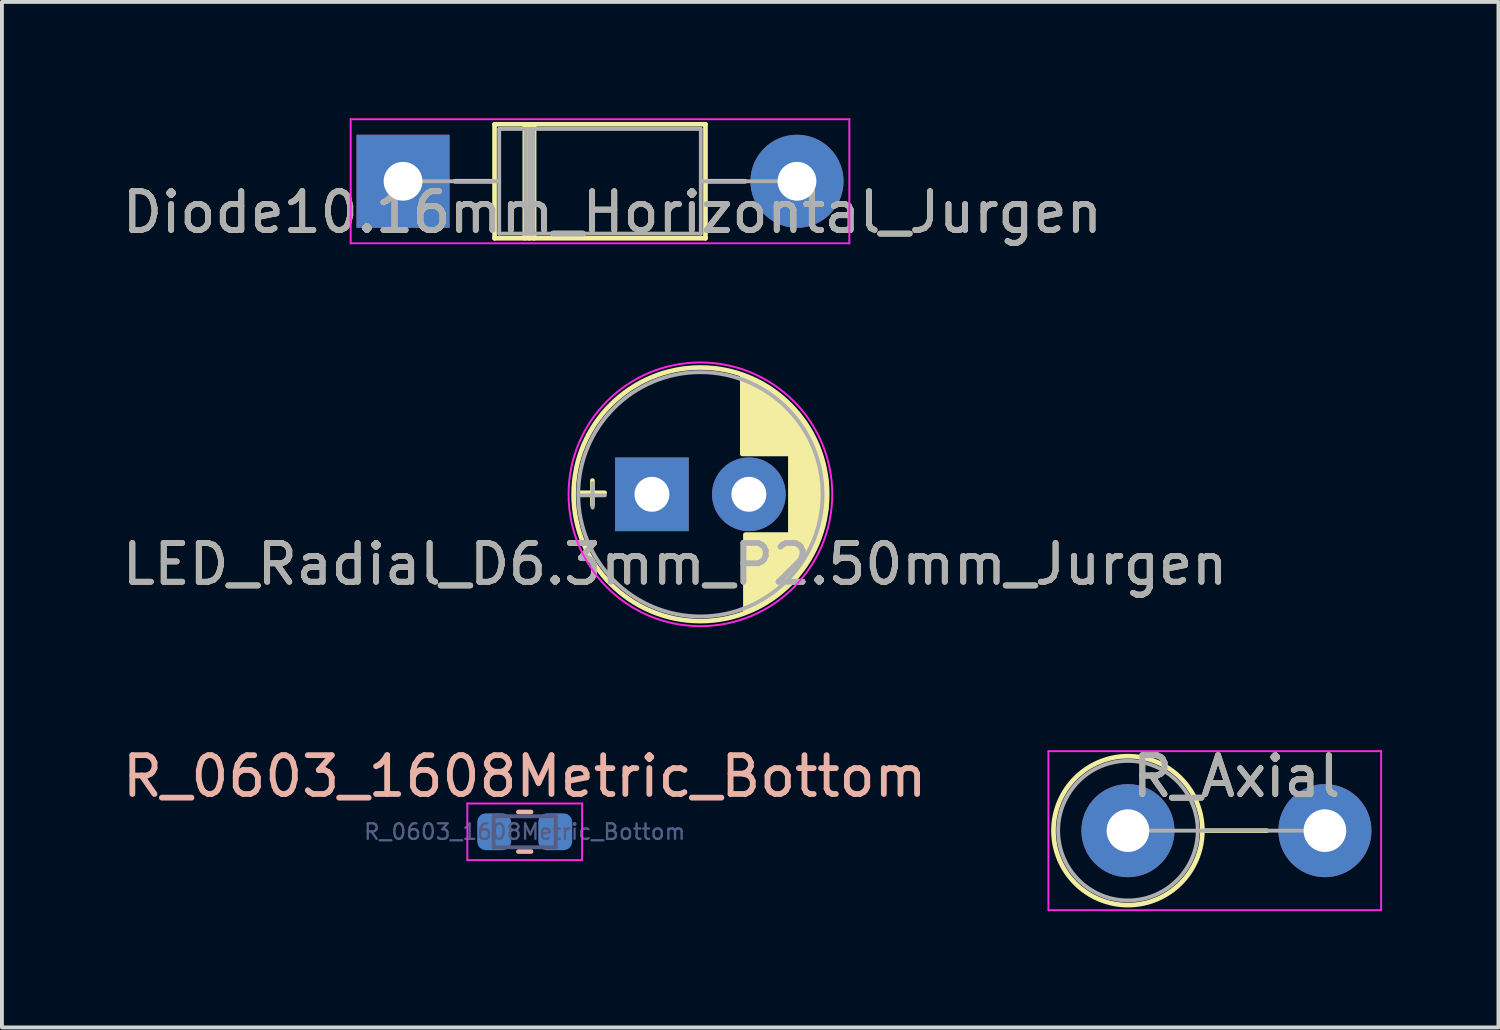
<source format=kicad_pcb>
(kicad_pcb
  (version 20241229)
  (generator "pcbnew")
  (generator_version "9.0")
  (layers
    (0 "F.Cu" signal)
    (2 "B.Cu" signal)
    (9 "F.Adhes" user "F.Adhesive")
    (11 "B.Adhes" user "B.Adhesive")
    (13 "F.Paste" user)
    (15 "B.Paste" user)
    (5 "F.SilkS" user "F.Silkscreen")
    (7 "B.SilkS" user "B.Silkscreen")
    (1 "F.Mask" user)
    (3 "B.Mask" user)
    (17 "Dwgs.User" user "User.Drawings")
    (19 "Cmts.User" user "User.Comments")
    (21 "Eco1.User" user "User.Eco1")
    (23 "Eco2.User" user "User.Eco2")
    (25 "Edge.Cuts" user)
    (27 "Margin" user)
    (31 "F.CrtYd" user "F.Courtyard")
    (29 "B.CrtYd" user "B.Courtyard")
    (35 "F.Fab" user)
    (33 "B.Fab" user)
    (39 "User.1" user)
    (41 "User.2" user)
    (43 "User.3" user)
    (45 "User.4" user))
  (footprint "Diode10.16mm_Horizontal_Jurgen"
    (layer "F.Cu")
    (at 7.344 1.625)
    (property "Reference" "Diode10.16mm_Horizontal_Jurgen" (at 5.4 0.8 0) (layer "F.SilkS") (effects (font (size 1 1) (thickness 0.15))))
    (attr through_hole)
    (fp_line (start 1.34 0) (end 2.36 0) (stroke (width 0.12) (type solid)) (layer "F.SilkS"))
    (fp_line (start 2.36 -1.47) (end 2.36 1.47) (stroke (width 0.12) (type solid)) (layer "F.SilkS"))
    (fp_line (start 2.36 1.47) (end 7.8 1.47) (stroke (width 0.12) (type solid)) (layer "F.SilkS"))
    (fp_line (start 3.14 -1.47) (end 3.14 1.47) (stroke (width 0.12) (type solid)) (layer "F.SilkS"))
    (fp_line (start 3.26 -1.47) (end 3.26 1.47) (stroke (width 0.12) (type solid)) (layer "F.SilkS"))
    (fp_line (start 3.38 -1.47) (end 3.38 1.47) (stroke (width 0.12) (type solid)) (layer "F.SilkS"))
    (fp_line (start 7.8 -1.47) (end 2.36 -1.47) (stroke (width 0.12) (type solid)) (layer "F.SilkS"))
    (fp_line (start 7.8 1.47) (end 7.8 -1.47) (stroke (width 0.12) (type solid)) (layer "F.SilkS"))
    (fp_line (start 8.82 0) (end 7.8 0) (stroke (width 0.12) (type solid)) (layer "F.SilkS"))
    (fp_line (start -1.35 -1.6) (end -1.35 1.6) (stroke (width 0.05) (type solid)) (layer "F.CrtYd"))
    (fp_line (start -1.35 1.6) (end 11.51 1.6) (stroke (width 0.05) (type solid)) (layer "F.CrtYd"))
    (fp_line (start 11.51 -1.6) (end -1.35 -1.6) (stroke (width 0.05) (type solid)) (layer "F.CrtYd"))
    (fp_line (start 11.51 1.6) (end 11.51 -1.6) (stroke (width 0.05) (type solid)) (layer "F.CrtYd"))
    (fp_line (start 0 0) (end 2.48 0) (stroke (width 0.1) (type solid)) (layer "F.Fab"))
    (fp_line (start 2.48 -1.35) (end 2.48 1.35) (stroke (width 0.1) (type solid)) (layer "F.Fab"))
    (fp_line (start 2.48 1.35) (end 7.68 1.35) (stroke (width 0.1) (type solid)) (layer "F.Fab"))
    (fp_line (start 3.16 -1.35) (end 3.16 1.35) (stroke (width 0.1) (type solid)) (layer "F.Fab"))
    (fp_line (start 3.26 -1.35) (end 3.26 1.35) (stroke (width 0.1) (type solid)) (layer "F.Fab"))
    (fp_line (start 3.36 -1.35) (end 3.36 1.35) (stroke (width 0.1) (type solid)) (layer "F.Fab"))
    (fp_line (start 7.68 -1.35) (end 2.48 -1.35) (stroke (width 0.1) (type solid)) (layer "F.Fab"))
    (fp_line (start 7.68 1.35) (end 7.68 -1.35) (stroke (width 0.1) (type solid)) (layer "F.Fab"))
    (fp_line (start 10.16 0) (end 7.68 0) (stroke (width 0.1) (type solid)) (layer "F.Fab"))
    (fp_text user "${REFERENCE}" (at 5.4 0.8 0) (layer "F.Fab") (effects (font (size 1 1) (thickness 0.15))))
    (pad "1" thru_hole rect (at 0 0) (size 2.4 2.4) (drill 1) (layers "*.Cu" "*.Mask"))
    (pad "2" thru_hole oval (at 10.16 0) (size 2.4 2.4) (drill 1) (layers "*.Cu" "*.Mask")))
  (footprint "R_0603_1608Metric_Bottom"
    (layer "F.Cu")
    (at 10.482 18.401)
    (property "Reference" "R_0603_1608Metric_Bottom" (at 0 -1.43 0) (layer "B.SilkS") (effects (font (size 1 1) (thickness 0.15))))
    (attr smd)
    (fp_line (start -0.163 -0.51) (end 0.163 -0.51) (stroke (width 0.12) (type solid)) (layer "B.SilkS"))
    (fp_line (start -0.163 0.51) (end 0.163 0.51) (stroke (width 0.12) (type solid)) (layer "B.SilkS"))
    (fp_line (start -1.48 -0.73) (end 1.48 -0.73) (stroke (width 0.05) (type solid)) (layer "F.CrtYd"))
    (fp_line (start -1.48 0.73) (end -1.48 -0.73) (stroke (width 0.05) (type solid)) (layer "F.CrtYd"))
    (fp_line (start 1.48 -0.73) (end 1.48 0.73) (stroke (width 0.05) (type solid)) (layer "F.CrtYd"))
    (fp_line (start 1.48 0.73) (end -1.48 0.73) (stroke (width 0.05) (type solid)) (layer "F.CrtYd"))
    (fp_line (start -0.8 -0.4) (end 0.8 -0.4) (stroke (width 0.1) (type solid)) (layer "B.Fab"))
    (fp_line (start -0.8 0.4) (end -0.8 -0.4) (stroke (width 0.1) (type solid)) (layer "B.Fab"))
    (fp_line (start 0.8 -0.4) (end 0.8 0.4) (stroke (width 0.1) (type solid)) (layer "B.Fab"))
    (fp_line (start 0.8 0.4) (end -0.8 0.4) (stroke (width 0.1) (type solid)) (layer "B.Fab"))
    (fp_text user "${REFERENCE}" (at 0 0 0) (layer "B.Fab") (effects (font (size 0.4 0.4) (thickness 0.06))))
    (pad "1" smd roundrect (at -0.787 0) (size 0.875 0.95) (layers "F.Mask" "B.Cu" "F.Paste") (roundrect_rratio 0.25))
    (pad "2" smd roundrect (at 0.787 0) (size 0.875 0.95) (layers "F.Mask" "B.Cu" "F.Paste") (roundrect_rratio 0.25)))
  (footprint "LED_Radial_D6.3mm_P2.50mm_Jurgen"
    (layer "F.Cu")
    (at 13.763 9.698)
    (property "Reference" "LED_Radial_D6.3mm_P2.50mm_Jurgen" (at 0.6 1.8 0) (layer "F.SilkS") (effects (font (size 1 1) (thickness 0.15))))
    (attr through_hole)
    (fp_line (start -1.85 -0.039) (end -1.22 -0.039) (stroke (width 0.12) (type solid)) (layer "F.SilkS"))
    (fp_line (start -1.535 -0.354) (end -1.535 0.276) (stroke (width 0.12) (type solid)) (layer "F.SilkS"))
    (fp_line (start 2.331 -3.047) (end 2.331 -1.04) (stroke (width 0.12) (type solid)) (layer "F.SilkS"))
    (fp_line (start 2.371 -3.033) (end 2.371 -1.04) (stroke (width 0.12) (type solid)) (layer "F.SilkS"))
    (fp_line (start 2.411 -3.018) (end 2.411 -1.04) (stroke (width 0.12) (type solid)) (layer "F.SilkS"))
    (fp_line (start 2.411 1.04) (end 2.411 3.018) (stroke (width 0.12) (type solid)) (layer "F.SilkS"))
    (fp_line (start 2.451 -3.002) (end 2.451 -1.04) (stroke (width 0.12) (type solid)) (layer "F.SilkS"))
    (fp_line (start 2.451 1.04) (end 2.451 3.002) (stroke (width 0.12) (type solid)) (layer "F.SilkS"))
    (fp_line (start 2.491 -2.986) (end 2.491 -1.04) (stroke (width 0.12) (type solid)) (layer "F.SilkS"))
    (fp_line (start 2.491 1.04) (end 2.491 2.986) (stroke (width 0.12) (type solid)) (layer "F.SilkS"))
    (fp_line (start 2.531 -2.97) (end 2.531 -1.04) (stroke (width 0.12) (type solid)) (layer "F.SilkS"))
    (fp_line (start 2.531 1.04) (end 2.531 2.97) (stroke (width 0.12) (type solid)) (layer "F.SilkS"))
    (fp_line (start 2.571 -2.952) (end 2.571 -1.04) (stroke (width 0.12) (type solid)) (layer "F.SilkS"))
    (fp_line (start 2.571 1.04) (end 2.571 2.952) (stroke (width 0.12) (type solid)) (layer "F.SilkS"))
    (fp_line (start 2.611 -2.934) (end 2.611 -1.04) (stroke (width 0.12) (type solid)) (layer "F.SilkS"))
    (fp_line (start 2.611 1.04) (end 2.611 2.934) (stroke (width 0.12) (type solid)) (layer "F.SilkS"))
    (fp_line (start 2.651 -2.916) (end 2.651 -1.04) (stroke (width 0.12) (type solid)) (layer "F.SilkS"))
    (fp_line (start 2.651 1.04) (end 2.651 2.916) (stroke (width 0.12) (type solid)) (layer "F.SilkS"))
    (fp_line (start 2.691 -2.896) (end 2.691 -1.04) (stroke (width 0.12) (type solid)) (layer "F.SilkS"))
    (fp_line (start 2.691 1.04) (end 2.691 2.896) (stroke (width 0.12) (type solid)) (layer "F.SilkS"))
    (fp_line (start 2.731 -2.876) (end 2.731 -1.04) (stroke (width 0.12) (type solid)) (layer "F.SilkS"))
    (fp_line (start 2.731 1.04) (end 2.731 2.876) (stroke (width 0.12) (type solid)) (layer "F.SilkS"))
    (fp_line (start 2.771 -2.856) (end 2.771 -1.04) (stroke (width 0.12) (type solid)) (layer "F.SilkS"))
    (fp_line (start 2.771 1.04) (end 2.771 2.856) (stroke (width 0.12) (type solid)) (layer "F.SilkS"))
    (fp_line (start 2.811 -2.834) (end 2.811 -1.04) (stroke (width 0.12) (type solid)) (layer "F.SilkS"))
    (fp_line (start 2.811 1.04) (end 2.811 2.834) (stroke (width 0.12) (type solid)) (layer "F.SilkS"))
    (fp_line (start 2.851 -2.812) (end 2.851 -1.04) (stroke (width 0.12) (type solid)) (layer "F.SilkS"))
    (fp_line (start 2.851 1.04) (end 2.851 2.812) (stroke (width 0.12) (type solid)) (layer "F.SilkS"))
    (fp_line (start 2.891 -2.79) (end 2.891 -1.04) (stroke (width 0.12) (type solid)) (layer "F.SilkS"))
    (fp_line (start 2.891 1.04) (end 2.891 2.79) (stroke (width 0.12) (type solid)) (layer "F.SilkS"))
    (fp_line (start 2.931 -2.766) (end 2.931 -1.04) (stroke (width 0.12) (type solid)) (layer "F.SilkS"))
    (fp_line (start 2.931 1.04) (end 2.931 2.766) (stroke (width 0.12) (type solid)) (layer "F.SilkS"))
    (fp_line (start 2.971 -2.742) (end 2.971 -1.04) (stroke (width 0.12) (type solid)) (layer "F.SilkS"))
    (fp_line (start 2.971 1.04) (end 2.971 2.742) (stroke (width 0.12) (type solid)) (layer "F.SilkS"))
    (fp_line (start 3.011 -2.716) (end 3.011 -1.04) (stroke (width 0.12) (type solid)) (layer "F.SilkS"))
    (fp_line (start 3.011 1.04) (end 3.011 2.716) (stroke (width 0.12) (type solid)) (layer "F.SilkS"))
    (fp_line (start 3.051 -2.69) (end 3.051 -1.04) (stroke (width 0.12) (type solid)) (layer "F.SilkS"))
    (fp_line (start 3.051 1.04) (end 3.051 2.69) (stroke (width 0.12) (type solid)) (layer "F.SilkS"))
    (fp_line (start 3.091 -2.664) (end 3.091 -1.04) (stroke (width 0.12) (type solid)) (layer "F.SilkS"))
    (fp_line (start 3.091 1.04) (end 3.091 2.664) (stroke (width 0.12) (type solid)) (layer "F.SilkS"))
    (fp_line (start 3.131 -2.636) (end 3.131 -1.04) (stroke (width 0.12) (type solid)) (layer "F.SilkS"))
    (fp_line (start 3.131 1.04) (end 3.131 2.636) (stroke (width 0.12) (type solid)) (layer "F.SilkS"))
    (fp_line (start 3.171 -2.607) (end 3.171 -1.04) (stroke (width 0.12) (type solid)) (layer "F.SilkS"))
    (fp_line (start 3.171 1.04) (end 3.171 2.607) (stroke (width 0.12) (type solid)) (layer "F.SilkS"))
    (fp_line (start 3.211 -2.578) (end 3.211 -1.04) (stroke (width 0.12) (type solid)) (layer "F.SilkS"))
    (fp_line (start 3.211 1.04) (end 3.211 2.578) (stroke (width 0.12) (type solid)) (layer "F.SilkS"))
    (fp_line (start 3.251 -2.548) (end 3.251 -1.04) (stroke (width 0.12) (type solid)) (layer "F.SilkS"))
    (fp_line (start 3.251 1.04) (end 3.251 2.548) (stroke (width 0.12) (type solid)) (layer "F.SilkS"))
    (fp_line (start 3.291 -2.516) (end 3.291 -1.04) (stroke (width 0.12) (type solid)) (layer "F.SilkS"))
    (fp_line (start 3.291 1.04) (end 3.291 2.516) (stroke (width 0.12) (type solid)) (layer "F.SilkS"))
    (fp_line (start 3.331 -2.484) (end 3.331 -1.04) (stroke (width 0.12) (type solid)) (layer "F.SilkS"))
    (fp_line (start 3.331 1.04) (end 3.331 2.484) (stroke (width 0.12) (type solid)) (layer "F.SilkS"))
    (fp_line (start 3.371 -2.45) (end 3.371 -1.04) (stroke (width 0.12) (type solid)) (layer "F.SilkS"))
    (fp_line (start 3.371 1.04) (end 3.371 2.45) (stroke (width 0.12) (type solid)) (layer "F.SilkS"))
    (fp_line (start 3.411 -2.416) (end 3.411 -1.04) (stroke (width 0.12) (type solid)) (layer "F.SilkS"))
    (fp_line (start 3.411 1.04) (end 3.411 2.416) (stroke (width 0.12) (type solid)) (layer "F.SilkS"))
    (fp_line (start 3.451 -2.38) (end 3.451 -1.04) (stroke (width 0.12) (type solid)) (layer "F.SilkS"))
    (fp_line (start 3.451 1.04) (end 3.451 2.38) (stroke (width 0.12) (type solid)) (layer "F.SilkS"))
    (fp_line (start 3.491 -2.343) (end 3.491 -1.04) (stroke (width 0.12) (type solid)) (layer "F.SilkS"))
    (fp_line (start 3.491 1.04) (end 3.491 2.343) (stroke (width 0.12) (type solid)) (layer "F.SilkS"))
    (fp_line (start 3.531 -2.305) (end 3.531 -1.04) (stroke (width 0.12) (type solid)) (layer "F.SilkS"))
    (fp_line (start 3.531 1.04) (end 3.531 2.305) (stroke (width 0.12) (type solid)) (layer "F.SilkS"))
    (fp_line (start 3.571 -2.265) (end 3.571 2.265) (stroke (width 0.12) (type solid)) (layer "F.SilkS"))
    (fp_line (start 3.611 -2.224) (end 3.611 2.224) (stroke (width 0.12) (type solid)) (layer "F.SilkS"))
    (fp_line (start 3.651 -2.182) (end 3.651 2.182) (stroke (width 0.12) (type solid)) (layer "F.SilkS"))
    (fp_line (start 3.691 -2.137) (end 3.691 2.137) (stroke (width 0.12) (type solid)) (layer "F.SilkS"))
    (fp_line (start 3.731 -2.092) (end 3.731 2.092) (stroke (width 0.12) (type solid)) (layer "F.SilkS"))
    (fp_line (start 3.771 -2.044) (end 3.771 2.044) (stroke (width 0.12) (type solid)) (layer "F.SilkS"))
    (fp_line (start 3.811 -1.995) (end 3.811 1.995) (stroke (width 0.12) (type solid)) (layer "F.SilkS"))
    (fp_line (start 3.851 -1.944) (end 3.851 1.944) (stroke (width 0.12) (type solid)) (layer "F.SilkS"))
    (fp_line (start 3.891 -1.89) (end 3.891 1.89) (stroke (width 0.12) (type solid)) (layer "F.SilkS"))
    (fp_line (start 3.931 -1.834) (end 3.931 1.834) (stroke (width 0.12) (type solid)) (layer "F.SilkS"))
    (fp_line (start 3.971 -1.776) (end 3.971 1.776) (stroke (width 0.12) (type solid)) (layer "F.SilkS"))
    (fp_line (start 4.011 -1.714) (end 4.011 1.714) (stroke (width 0.12) (type solid)) (layer "F.SilkS"))
    (fp_line (start 4.051 -1.65) (end 4.051 1.65) (stroke (width 0.12) (type solid)) (layer "F.SilkS"))
    (fp_line (start 4.091 -1.581) (end 4.091 1.581) (stroke (width 0.12) (type solid)) (layer "F.SilkS"))
    (fp_line (start 4.131 -1.509) (end 4.131 1.509) (stroke (width 0.12) (type solid)) (layer "F.SilkS"))
    (fp_line (start 4.171 -1.432) (end 4.171 1.432) (stroke (width 0.12) (type solid)) (layer "F.SilkS"))
    (fp_line (start 4.211 -1.35) (end 4.211 1.35) (stroke (width 0.12) (type solid)) (layer "F.SilkS"))
    (fp_line (start 4.251 -1.262) (end 4.251 1.262) (stroke (width 0.12) (type solid)) (layer "F.SilkS"))
    (fp_line (start 4.291 -1.165) (end 4.291 1.165) (stroke (width 0.12) (type solid)) (layer "F.SilkS"))
    (fp_line (start 4.331 -1.059) (end 4.331 1.059) (stroke (width 0.12) (type solid)) (layer "F.SilkS"))
    (fp_line (start 4.371 -0.94) (end 4.371 0.94) (stroke (width 0.12) (type solid)) (layer "F.SilkS"))
    (fp_line (start 4.411 -0.802) (end 4.411 0.802) (stroke (width 0.12) (type solid)) (layer "F.SilkS"))
    (fp_line (start 4.451 -0.633) (end 4.451 0.633) (stroke (width 0.12) (type solid)) (layer "F.SilkS"))
    (fp_line (start 4.491 -0.402) (end 4.491 0.402) (stroke (width 0.12) (type solid)) (layer "F.SilkS"))
    (fp_circle (center 1.25 0) (end 4.52 0) (stroke (width 0.12) (type solid)) (fill no) (layer "F.SilkS"))
    (fp_circle (center 1.25 0) (end 4.65 0) (stroke (width 0.05) (type solid)) (fill no) (layer "F.CrtYd"))
    (fp_line (start -1.844 0.026) (end -1.214 0.026) (stroke (width 0.1) (type solid)) (layer "F.Fab"))
    (fp_line (start -1.529 -0.288) (end -1.529 0.342) (stroke (width 0.1) (type solid)) (layer "F.Fab"))
    (fp_circle (center 1.25 0) (end 4.4 0) (stroke (width 0.1) (type solid)) (fill no) (layer "F.Fab"))
    (fp_text user "${REFERENCE}" (at 0.6 1.8 0) (layer "F.Fab") (effects (font (size 1 1) (thickness 0.15))))
    (pad "1" thru_hole circle (at 2.5 0) (size 1.9 1.9) (drill 0.9) (layers "*.Cu" "*.Mask"))
    (pad "2" thru_hole rect (at 0 0) (size 1.9 1.9) (drill 0.9) (layers "*.Cu" "*.Mask")))
  (footprint "R_Axial"
    (layer "F.Cu")
    (at 26.039 18.372)
    (property "Reference" "R_Axial" (at 2.8 -1.4 0) (layer "F.SilkS") (effects (font (size 1 1) (thickness 0.15))))
    (attr through_hole)
    (fp_line (start 1.92 0) (end 3.58 0) (stroke (width 0.12) (type solid)) (layer "F.SilkS"))
    (fp_circle (center 0 0) (end 1.92 0) (stroke (width 0.12) (type solid)) (fill no) (layer "F.SilkS"))
    (fp_line (start -2.05 -2.05) (end -2.05 2.05) (stroke (width 0.05) (type solid)) (layer "F.CrtYd"))
    (fp_line (start -2.05 2.05) (end 6.53 2.05) (stroke (width 0.05) (type solid)) (layer "F.CrtYd"))
    (fp_line (start 6.53 -2.05) (end -2.05 -2.05) (stroke (width 0.05) (type solid)) (layer "F.CrtYd"))
    (fp_line (start 6.53 2.05) (end 6.53 -2.05) (stroke (width 0.05) (type solid)) (layer "F.CrtYd"))
    (fp_line (start 0 0) (end 5.08 0) (stroke (width 0.1) (type solid)) (layer "F.Fab"))
    (fp_circle (center 0 0) (end 1.8 0) (stroke (width 0.1) (type solid)) (fill no) (layer "F.Fab"))
    (fp_text user "${REFERENCE}" (at 2.8 -1.4 0) (layer "F.Fab") (effects (font (size 1 1) (thickness 0.15))))
    (pad "1" thru_hole circle (at 0 0) (size 2.4 2.4) (drill 1.1) (layers "*.Cu" "*.Mask"))
    (pad "2" thru_hole oval (at 5.08 0) (size 2.4 2.4) (drill 1.1) (layers "*.Cu" "*.Mask")))
  (gr_rect
    (start -3 -3)
    (end 35.594 23.447)
    (stroke (width 0.1) (type default))
    (fill no)
    (layer "Edge.Cuts")))
</source>
